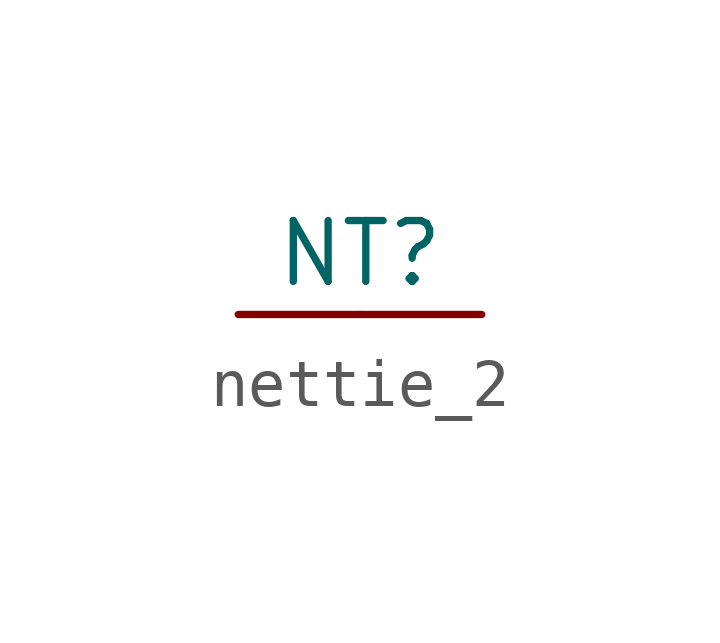
<source format=kicad_sym>
(kicad_symbol_lib
  (version 20231120)
  (generator "kicad_symbol_editor")
  (generator_version "8.0")
  (symbol "nettie_2"
    (pin_numbers hide)
    (pin_names hide)
    (property "Reference" "NT"
      (at 0 1.27 0)
      (effects (font (size 1.27 1.27))))
    (symbol "nettie_2_1_1"
      (pin passive line (at -2.54 0 0) (length 2.54) (name "" (effects (font (size 1.27 1.27)))) (number "1" (effects (font (size 1.27 1.27)))))
      (pin passive line (at 2.54 0 180) (length 2.54) (name "" (effects (font (size 1.27 1.27)))) (number "2" (effects (font (size 1.27 1.27))))))))
</source>
